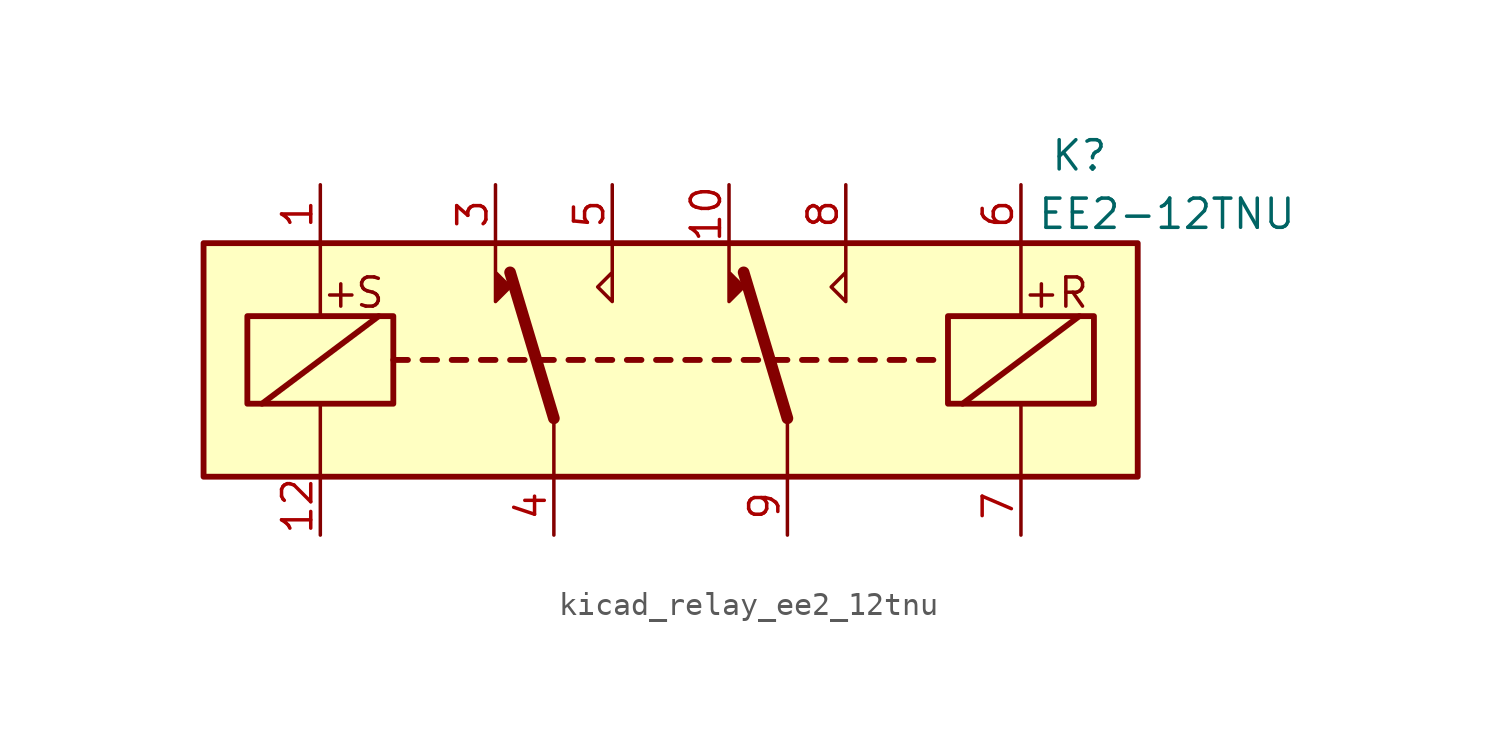
<source format=kicad_sym>
(kicad_symbol_lib
  (version 20220914)
  (generator kicad_symbol_editor)
  (symbol "kicad_relay_ee2_12tnu"
    (property "Reference" "K"
      (at 17.78 8.89 0)
      (effects (font (size 1.27 1.27))))
    (property "Value" "EE2-12TNU"
      (at 21.59 6.35 0)
      (effects (font (size 1.27 1.27))))
    (symbol "kicad_relay_ee2_12tnu_1_1"
      (rectangle (start -20.32 5.08) (end 20.32 -5.08) (stroke (width 0.254) (type default)) (fill (type background)))
      (rectangle (start -18.415 1.905) (end -12.065 -1.905) (stroke (width 0.254) (type default)) (fill (type none)))
      (polyline (pts (xy -17.78 -1.905) (xy -12.7 1.905)) (stroke (width 0.254) (type default)) (fill (type none)))
      (polyline (pts (xy -15.24 -5.08) (xy -15.24 -1.905)) (stroke (width 0) (type default)) (fill (type none)))
      (polyline (pts (xy -15.24 5.08) (xy -15.24 1.905)) (stroke (width 0) (type default)) (fill (type none)))
      (polyline (pts (xy -12.065 0) (xy -11.43 0)) (stroke (width 0.254) (type default)) (fill (type none)))
      (polyline (pts (xy -10.795 0) (xy -10.16 0)) (stroke (width 0.254) (type default)) (fill (type none)))
      (polyline (pts (xy -9.525 0) (xy -8.89 0)) (stroke (width 0.254) (type default)) (fill (type none)))
      (polyline (pts (xy -8.255 0) (xy -7.62 0)) (stroke (width 0.254) (type default)) (fill (type none)))
      (polyline (pts (xy -6.985 0) (xy -6.35 0)) (stroke (width 0.254) (type default)) (fill (type none)))
      (polyline (pts (xy -5.715 0) (xy -5.08 0)) (stroke (width 0.254) (type default)) (fill (type none)))
      (polyline (pts (xy -5.08 -2.54) (xy -6.985 3.81)) (stroke (width 0.508) (type default)) (fill (type none)))
      (polyline (pts (xy -5.08 -2.54) (xy -5.08 -5.08)) (stroke (width 0) (type default)) (fill (type none)))
      (polyline (pts (xy -4.445 0) (xy -3.81 0)) (stroke (width 0.254) (type default)) (fill (type none)))
      (polyline (pts (xy -3.175 0) (xy -2.54 0)) (stroke (width 0.254) (type default)) (fill (type none)))
      (polyline (pts (xy -1.905 0) (xy -1.27 0)) (stroke (width 0.254) (type default)) (fill (type none)))
      (polyline (pts (xy -0.635 0) (xy 0 0)) (stroke (width 0.254) (type default)) (fill (type none)))
      (polyline (pts (xy 0.635 0) (xy 1.27 0)) (stroke (width 0.254) (type default)) (fill (type none)))
      (polyline (pts (xy 1.905 0) (xy 2.54 0)) (stroke (width 0.254) (type default)) (fill (type none)))
      (polyline (pts (xy 3.175 0) (xy 3.81 0)) (stroke (width 0.254) (type default)) (fill (type none)))
      (polyline (pts (xy 4.445 0) (xy 5.08 0)) (stroke (width 0.254) (type default)) (fill (type none)))
      (polyline (pts (xy 5.08 -2.54) (xy 3.175 3.81)) (stroke (width 0.508) (type default)) (fill (type none)))
      (polyline (pts (xy 5.08 -2.54) (xy 5.08 -5.08)) (stroke (width 0) (type default)) (fill (type none)))
      (polyline (pts (xy 5.715 0) (xy 6.35 0)) (stroke (width 0.254) (type default)) (fill (type none)))
      (polyline (pts (xy 6.985 0) (xy 7.62 0)) (stroke (width 0.254) (type default)) (fill (type none)))
      (polyline (pts (xy 8.255 0) (xy 8.89 0)) (stroke (width 0.254) (type default)) (fill (type none)))
      (polyline (pts (xy 9.525 0) (xy 10.16 0)) (stroke (width 0.254) (type default)) (fill (type none)))
      (polyline (pts (xy 10.795 0) (xy 11.43 0)) (stroke (width 0.254) (type default)) (fill (type none)))
      (polyline (pts (xy 12.7 -1.905) (xy 17.78 1.905)) (stroke (width 0.254) (type default)) (fill (type none)))
      (polyline (pts (xy 15.24 -5.08) (xy 15.24 -1.905)) (stroke (width 0) (type default)) (fill (type none)))
      (polyline (pts (xy 15.24 5.08) (xy 15.24 1.905)) (stroke (width 0) (type default)) (fill (type none)))
      (polyline (pts (xy -7.62 5.08) (xy -7.62 2.54) (xy -6.985 3.175) (xy -7.62 3.81)) (stroke (width 0) (type default)) (fill (type outline)))
      (polyline (pts (xy -2.54 5.08) (xy -2.54 2.54) (xy -3.175 3.175) (xy -2.54 3.81)) (stroke (width 0) (type default)) (fill (type none)))
      (polyline (pts (xy 2.54 5.08) (xy 2.54 2.54) (xy 3.175 3.175) (xy 2.54 3.81)) (stroke (width 0) (type default)) (fill (type outline)))
      (polyline (pts (xy 7.62 5.08) (xy 7.62 2.54) (xy 6.985 3.175) (xy 7.62 3.81)) (stroke (width 0) (type default)) (fill (type none)))
      (rectangle (start 12.065 1.905) (end 18.415 -1.905) (stroke (width 0.254) (type default)) (fill (type none)))
      (text "+" (at -14.351 2.921 0) (effects (font (size 1.27 1.27))))
      (text "+" (at 16.129 2.921 0) (effects (font (size 1.27 1.27))))
      (text "R" (at 17.526 2.921 0) (effects (font (size 1.27 1.27))))
      (text "S" (at -13.081 2.921 0) (effects (font (size 1.27 1.27))))
      (pin passive line (at -15.24 7.62 270) (length 2.54) (name "~" (effects (font (size 1.27 1.27)))) (number "1" (effects (font (size 1.27 1.27)))))
      (pin passive line (at 2.54 7.62 270) (length 2.54) (name "~" (effects (font (size 1.27 1.27)))) (number "10" (effects (font (size 1.27 1.27)))))
      (pin passive line (at -15.24 -7.62 90) (length 2.54) (name "~" (effects (font (size 1.27 1.27)))) (number "12" (effects (font (size 1.27 1.27)))))
      (pin passive line (at -7.62 7.62 270) (length 2.54) (name "~" (effects (font (size 1.27 1.27)))) (number "3" (effects (font (size 1.27 1.27)))))
      (pin passive line (at -5.08 -7.62 90) (length 2.54) (name "~" (effects (font (size 1.27 1.27)))) (number "4" (effects (font (size 1.27 1.27)))))
      (pin passive line (at -2.54 7.62 270) (length 2.54) (name "~" (effects (font (size 1.27 1.27)))) (number "5" (effects (font (size 1.27 1.27)))))
      (pin passive line (at 15.24 7.62 270) (length 2.54) (name "~" (effects (font (size 1.27 1.27)))) (number "6" (effects (font (size 1.27 1.27)))))
      (pin passive line (at 15.24 -7.62 90) (length 2.54) (name "~" (effects (font (size 1.27 1.27)))) (number "7" (effects (font (size 1.27 1.27)))))
      (pin passive line (at 7.62 7.62 270) (length 2.54) (name "~" (effects (font (size 1.27 1.27)))) (number "8" (effects (font (size 1.27 1.27)))))
      (pin passive line (at 5.08 -7.62 90) (length 2.54) (name "~" (effects (font (size 1.27 1.27)))) (number "9" (effects (font (size 1.27 1.27))))))))
</source>
